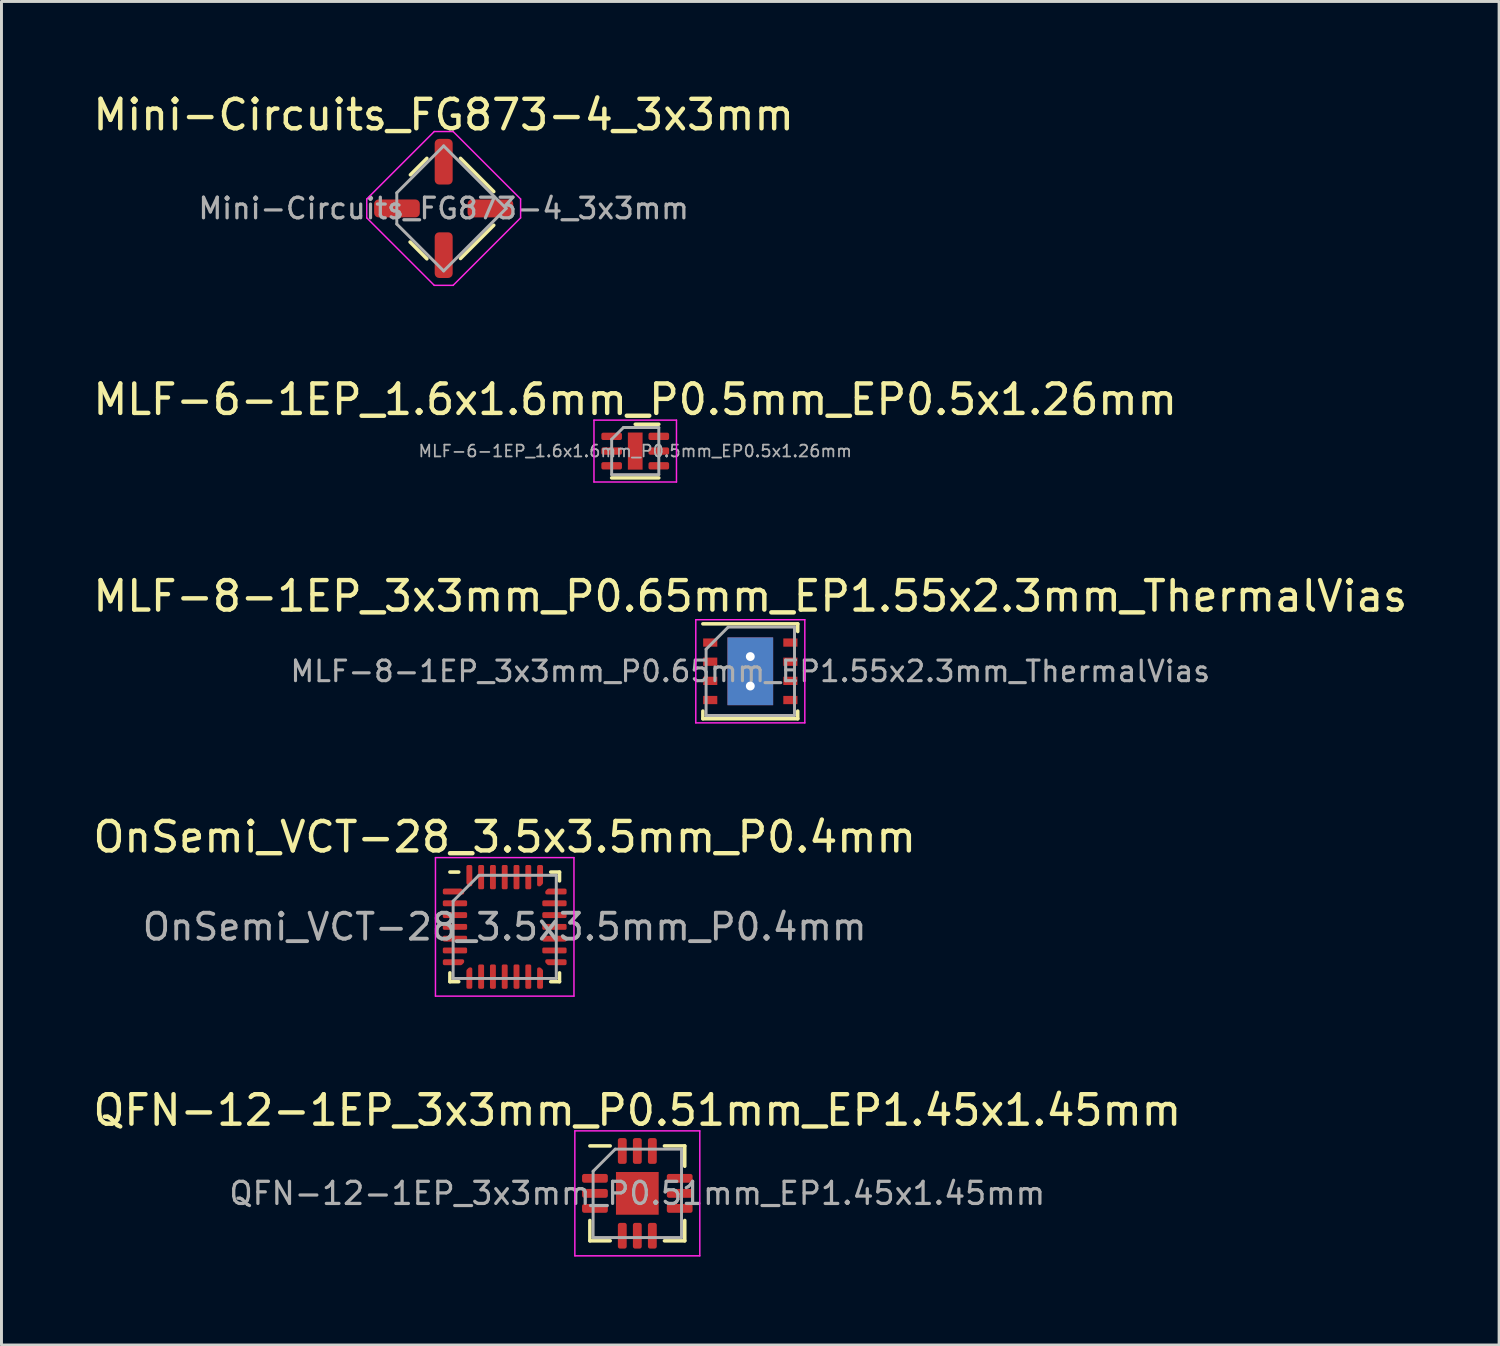
<source format=kicad_pcb>
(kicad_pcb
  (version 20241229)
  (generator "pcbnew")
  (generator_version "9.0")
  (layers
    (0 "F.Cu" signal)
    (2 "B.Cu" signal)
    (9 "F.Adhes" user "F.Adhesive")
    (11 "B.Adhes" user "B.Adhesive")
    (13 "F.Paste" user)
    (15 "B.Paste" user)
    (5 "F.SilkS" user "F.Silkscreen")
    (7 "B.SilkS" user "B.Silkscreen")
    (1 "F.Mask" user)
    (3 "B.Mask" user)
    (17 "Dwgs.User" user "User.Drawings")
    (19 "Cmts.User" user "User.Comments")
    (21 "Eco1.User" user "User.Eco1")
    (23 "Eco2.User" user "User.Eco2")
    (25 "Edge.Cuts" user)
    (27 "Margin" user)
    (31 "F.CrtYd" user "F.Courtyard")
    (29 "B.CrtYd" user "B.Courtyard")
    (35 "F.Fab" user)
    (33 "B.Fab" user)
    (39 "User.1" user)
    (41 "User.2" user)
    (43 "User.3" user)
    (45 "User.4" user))
  (footprint "MLF-6-1EP_1.6x1.6mm_P0.5mm_EP0.5x1.26mm"
    (layer "F.Cu")
    (at 18.506 12.257)
    (property "Reference" "MLF-6-1EP_1.6x1.6mm_P0.5mm_EP0.5x1.26mm" (at 0 -1.75 0) (layer "F.SilkS") (effects (font (size 1 1) (thickness 0.15))))
    (attr smd)
    (fp_line (start -0.8 0.91) (end 0.8 0.91) (stroke (width 0.12) (type solid)) (layer "F.SilkS"))
    (fp_line (start 0 -0.91) (end 0.8 -0.91) (stroke (width 0.12) (type solid)) (layer "F.SilkS"))
    (fp_line (start -1.4 -1.05) (end -1.4 1.05) (stroke (width 0.05) (type solid)) (layer "F.CrtYd"))
    (fp_line (start -1.4 1.05) (end 1.4 1.05) (stroke (width 0.05) (type solid)) (layer "F.CrtYd"))
    (fp_line (start 1.4 -1.05) (end -1.4 -1.05) (stroke (width 0.05) (type solid)) (layer "F.CrtYd"))
    (fp_line (start 1.4 1.05) (end 1.4 -1.05) (stroke (width 0.05) (type solid)) (layer "F.CrtYd"))
    (fp_line (start -0.8 -0.4) (end -0.4 -0.8) (stroke (width 0.1) (type solid)) (layer "F.Fab"))
    (fp_line (start -0.8 0.8) (end -0.8 -0.4) (stroke (width 0.1) (type solid)) (layer "F.Fab"))
    (fp_line (start -0.4 -0.8) (end 0.8 -0.8) (stroke (width 0.1) (type solid)) (layer "F.Fab"))
    (fp_line (start 0.8 -0.8) (end 0.8 0.8) (stroke (width 0.1) (type solid)) (layer "F.Fab"))
    (fp_line (start 0.8 0.8) (end -0.8 0.8) (stroke (width 0.1) (type solid)) (layer "F.Fab"))
    (fp_text user "${REFERENCE}" (at 0 0 0) (layer "F.Fab") (effects (font (size 0.4 0.4) (thickness 0.06))))
    (pad "" smd roundrect (at 0 -0.315) (size 0.4 0.51) (layers "F.Paste") (roundrect_rratio 0.25))
    (pad "" smd roundrect (at 0 0.315) (size 0.4 0.51) (layers "F.Paste") (roundrect_rratio 0.25))
    (pad "1" smd roundrect (at -0.8 -0.5) (size 0.7 0.25) (layers "F.Cu" "F.Mask" "F.Paste") (roundrect_rratio 0.25))
    (pad "2" smd roundrect (at -0.8 0) (size 0.7 0.25) (layers "F.Cu" "F.Mask" "F.Paste") (roundrect_rratio 0.25))
    (pad "3" smd roundrect (at -0.8 0.5) (size 0.7 0.25) (layers "F.Cu" "F.Mask" "F.Paste") (roundrect_rratio 0.25))
    (pad "4" smd roundrect (at 0.8 0.5) (size 0.7 0.25) (layers "F.Cu" "F.Mask" "F.Paste") (roundrect_rratio 0.25))
    (pad "5" smd roundrect (at 0.8 0) (size 0.7 0.25) (layers "F.Cu" "F.Mask" "F.Paste") (roundrect_rratio 0.25))
    (pad "6" smd roundrect (at 0.8 -0.5) (size 0.7 0.25) (layers "F.Cu" "F.Mask" "F.Paste") (roundrect_rratio 0.25))
    (pad "7" smd rect (at 0 0) (size 0.5 1.26) (layers "F.Cu" "F.Mask")))
  (footprint "QFN-12-1EP_3x3mm_P0.51mm_EP1.45x1.45mm"
    (layer "F.Cu")
    (at 18.577 37.446)
    (property "Reference" "QFN-12-1EP_3x3mm_P0.51mm_EP1.45x1.45mm" (at 0 -2.82 0) (layer "F.SilkS") (effects (font (size 1 1) (thickness 0.15))))
    (attr smd)
    (fp_line (start -1.61 1.61) (end -1.61 0.92) (stroke (width 0.12) (type solid)) (layer "F.SilkS"))
    (fp_line (start -0.92 -1.61) (end -1.61 -1.61) (stroke (width 0.12) (type solid)) (layer "F.SilkS"))
    (fp_line (start -0.92 1.61) (end -1.61 1.61) (stroke (width 0.12) (type solid)) (layer "F.SilkS"))
    (fp_line (start 0.92 -1.61) (end 1.61 -1.61) (stroke (width 0.12) (type solid)) (layer "F.SilkS"))
    (fp_line (start 0.92 1.61) (end 1.61 1.61) (stroke (width 0.12) (type solid)) (layer "F.SilkS"))
    (fp_line (start 1.61 -1.61) (end 1.61 -0.92) (stroke (width 0.12) (type solid)) (layer "F.SilkS"))
    (fp_line (start 1.61 1.61) (end 1.61 0.92) (stroke (width 0.12) (type solid)) (layer "F.SilkS"))
    (fp_line (start -2.12 -2.12) (end -2.12 2.12) (stroke (width 0.05) (type solid)) (layer "F.CrtYd"))
    (fp_line (start -2.12 2.12) (end 2.12 2.12) (stroke (width 0.05) (type solid)) (layer "F.CrtYd"))
    (fp_line (start 2.12 -2.12) (end -2.12 -2.12) (stroke (width 0.05) (type solid)) (layer "F.CrtYd"))
    (fp_line (start 2.12 2.12) (end 2.12 -2.12) (stroke (width 0.05) (type solid)) (layer "F.CrtYd"))
    (fp_line (start -1.5 -0.75) (end -0.75 -1.5) (stroke (width 0.1) (type solid)) (layer "F.Fab"))
    (fp_line (start -1.5 1.5) (end -1.5 -0.75) (stroke (width 0.1) (type solid)) (layer "F.Fab"))
    (fp_line (start -0.75 -1.5) (end 1.5 -1.5) (stroke (width 0.1) (type solid)) (layer "F.Fab"))
    (fp_line (start 1.5 -1.5) (end 1.5 1.5) (stroke (width 0.1) (type solid)) (layer "F.Fab"))
    (fp_line (start 1.5 1.5) (end -1.5 1.5) (stroke (width 0.1) (type solid)) (layer "F.Fab"))
    (fp_text user "${REFERENCE}" (at 0 0 0) (layer "F.Fab") (effects (font (size 0.75 0.75) (thickness 0.11))))
    (pad "" smd roundrect (at -0.36 -0.36) (size 0.58 0.58) (layers "F.Paste") (roundrect_rratio 0.25))
    (pad "" smd roundrect (at -0.36 0.36) (size 0.58 0.58) (layers "F.Paste") (roundrect_rratio 0.25))
    (pad "" smd roundrect (at 0.36 -0.36) (size 0.58 0.58) (layers "F.Paste") (roundrect_rratio 0.25))
    (pad "" smd roundrect (at 0.36 0.36) (size 0.58 0.58) (layers "F.Paste") (roundrect_rratio 0.25))
    (pad "1" smd roundrect (at -1.438 -0.51) (size 0.875 0.3) (layers "F.Cu" "F.Mask" "F.Paste") (roundrect_rratio 0.25))
    (pad "2" smd roundrect (at -1.438 0) (size 0.875 0.3) (layers "F.Cu" "F.Mask" "F.Paste") (roundrect_rratio 0.25))
    (pad "3" smd roundrect (at -1.438 0.51) (size 0.875 0.3) (layers "F.Cu" "F.Mask" "F.Paste") (roundrect_rratio 0.25))
    (pad "4" smd roundrect (at -0.51 1.438) (size 0.3 0.875) (layers "F.Cu" "F.Mask" "F.Paste") (roundrect_rratio 0.25))
    (pad "5" smd roundrect (at 0 1.438) (size 0.3 0.875) (layers "F.Cu" "F.Mask" "F.Paste") (roundrect_rratio 0.25))
    (pad "6" smd roundrect (at 0.51 1.438) (size 0.3 0.875) (layers "F.Cu" "F.Mask" "F.Paste") (roundrect_rratio 0.25))
    (pad "7" smd roundrect (at 1.438 0.51) (size 0.875 0.3) (layers "F.Cu" "F.Mask" "F.Paste") (roundrect_rratio 0.25))
    (pad "8" smd roundrect (at 1.438 0) (size 0.875 0.3) (layers "F.Cu" "F.Mask" "F.Paste") (roundrect_rratio 0.25))
    (pad "9" smd roundrect (at 1.438 -0.51) (size 0.875 0.3) (layers "F.Cu" "F.Mask" "F.Paste") (roundrect_rratio 0.25))
    (pad "10" smd roundrect (at 0.51 -1.438) (size 0.3 0.875) (layers "F.Cu" "F.Mask" "F.Paste") (roundrect_rratio 0.25))
    (pad "11" smd roundrect (at 0 -1.438) (size 0.3 0.875) (layers "F.Cu" "F.Mask" "F.Paste") (roundrect_rratio 0.25))
    (pad "12" smd roundrect (at -0.51 -1.438) (size 0.3 0.875) (layers "F.Cu" "F.Mask" "F.Paste") (roundrect_rratio 0.25))
    (pad "13" smd rect (at 0 0) (size 1.45 1.45) (layers "F.Cu" "F.Mask")))
  (footprint "Mini-Circuits_FG873-4_3x3mm"
    (layer "F.Cu")
    (at 12.006 4.023)
    (property "Reference" "Mini-Circuits_FG873-4_3x3mm" (at 0 -3.175 0) (layer "F.SilkS") (effects (font (size 1 1) (thickness 0.15))))
    (attr smd)
    (fp_line (start -1.14 1.14) (end -0.57 1.71) (stroke (width 0.12) (type solid)) (layer "F.SilkS"))
    (fp_line (start -0.57 -1.7) (end -1.13 -1.14) (stroke (width 0.12) (type solid)) (layer "F.SilkS"))
    (fp_line (start 0.57 1.7) (end 1.7 0.57) (stroke (width 0.12) (type solid)) (layer "F.SilkS"))
    (fp_line (start 1.7 -0.57) (end 0.57 -1.7) (stroke (width 0.12) (type solid)) (layer "F.SilkS"))
    (fp_line (start -2.61 -0.32) (end -2.61 0.32) (stroke (width 0.05) (type solid)) (layer "F.CrtYd"))
    (fp_line (start -2.61 -0.32) (end -0.32 -2.61) (stroke (width 0.05) (type solid)) (layer "F.CrtYd"))
    (fp_line (start -2.61 0.32) (end -0.32 2.61) (stroke (width 0.05) (type solid)) (layer "F.CrtYd"))
    (fp_line (start 0.32 -2.61) (end -0.32 -2.61) (stroke (width 0.05) (type solid)) (layer "F.CrtYd"))
    (fp_line (start 0.32 2.61) (end -0.32 2.61) (stroke (width 0.05) (type solid)) (layer "F.CrtYd"))
    (fp_line (start 2.61 -0.32) (end 0.32 -2.61) (stroke (width 0.05) (type solid)) (layer "F.CrtYd"))
    (fp_line (start 2.61 -0.32) (end 2.61 0.32) (stroke (width 0.05) (type solid)) (layer "F.CrtYd"))
    (fp_line (start 2.61 0.32) (end 0.32 2.61) (stroke (width 0.05) (type solid)) (layer "F.CrtYd"))
    (fp_line (start -1.591 -0.53) (end 0 -2.121) (stroke (width 0.1) (type solid)) (layer "F.Fab"))
    (fp_line (start -1.591 0.53) (end -1.591 -0.53) (stroke (width 0.1) (type solid)) (layer "F.Fab"))
    (fp_line (start -1.591 0.53) (end 0 2.121) (stroke (width 0.1) (type solid)) (layer "F.Fab"))
    (fp_line (start 2.121 0) (end 0 -2.121) (stroke (width 0.1) (type solid)) (layer "F.Fab"))
    (fp_line (start 2.121 0) (end 0 2.121) (stroke (width 0.1) (type solid)) (layer "F.Fab"))
    (fp_text user "${REFERENCE}" (at 0 0 0) (layer "F.Fab") (effects (font (size 0.7 0.7) (thickness 0.11))))
    (pad "1" smd roundrect (at -1.585 0) (size 1.55 0.61) (layers "F.Cu" "F.Mask" "F.Paste") (roundrect_rratio 0.25))
    (pad "2" smd roundrect (at 0 1.585) (size 0.61 1.55) (layers "F.Cu" "F.Mask" "F.Paste") (roundrect_rratio 0.25))
    (pad "3" smd roundrect (at 1.585 0) (size 1.55 0.61) (layers "F.Cu" "F.Mask" "F.Paste") (roundrect_rratio 0.25))
    (pad "4" smd roundrect (at 0 -1.585) (size 0.61 1.55) (layers "F.Cu" "F.Mask" "F.Paste") (roundrect_rratio 0.25)))
  (footprint "MLF-8-1EP_3x3mm_P0.65mm_EP1.55x2.3mm_ThermalVias"
    (layer "F.Cu")
    (at 22.411 19.73)
    (property "Reference" "MLF-8-1EP_3x3mm_P0.65mm_EP1.55x2.3mm_ThermalVias" (at 0 -2.55 0) (layer "F.SilkS") (effects (font (size 1 1) (thickness 0.15))))
    (attr smd)
    (fp_line (start -1.61 -1.61) (end 1.61 -1.61) (stroke (width 0.12) (type solid)) (layer "F.SilkS"))
    (fp_line (start -1.61 1.61) (end -1.61 1.35) (stroke (width 0.12) (type solid)) (layer "F.SilkS"))
    (fp_line (start -1.61 1.61) (end 1.61 1.61) (stroke (width 0.12) (type solid)) (layer "F.SilkS"))
    (fp_line (start 1.61 -1.61) (end 1.61 -1.35) (stroke (width 0.12) (type solid)) (layer "F.SilkS"))
    (fp_line (start 1.61 1.61) (end 1.61 1.35) (stroke (width 0.12) (type solid)) (layer "F.SilkS"))
    (fp_line (start -1.85 -1.75) (end -1.85 1.75) (stroke (width 0.05) (type solid)) (layer "F.CrtYd"))
    (fp_line (start -1.85 -1.75) (end 1.85 -1.75) (stroke (width 0.05) (type solid)) (layer "F.CrtYd"))
    (fp_line (start -1.85 1.75) (end 1.85 1.75) (stroke (width 0.05) (type solid)) (layer "F.CrtYd"))
    (fp_line (start 1.85 -1.75) (end 1.85 1.75) (stroke (width 0.05) (type solid)) (layer "F.CrtYd"))
    (fp_line (start -1.5 -0.75) (end -0.75 -1.5) (stroke (width 0.1) (type solid)) (layer "F.Fab"))
    (fp_line (start -1.5 1.5) (end -1.5 -0.75) (stroke (width 0.1) (type solid)) (layer "F.Fab"))
    (fp_line (start -0.75 -1.5) (end 1.5 -1.5) (stroke (width 0.1) (type solid)) (layer "F.Fab"))
    (fp_line (start 1.5 -1.5) (end 1.5 1.5) (stroke (width 0.1) (type solid)) (layer "F.Fab"))
    (fp_line (start 1.5 1.5) (end -1.5 1.5) (stroke (width 0.1) (type solid)) (layer "F.Fab"))
    (fp_text user "${REFERENCE}" (at 0 0 0) (layer "F.Fab") (effects (font (size 0.7 0.7) (thickness 0.105))))
    (pad "" smd rect (at 0 -0.9) (size 1.5 0.4) (layers "F.Paste"))
    (pad "" smd rect (at 0 0) (size 1.5 0.65) (layers "F.Paste"))
    (pad "" smd rect (at 0 0.9) (size 1.5 0.4) (layers "F.Paste"))
    (pad "1" smd rect (at -1.36 -0.975) (size 0.48 0.28) (layers "F.Cu" "F.Mask" "F.Paste"))
    (pad "2" smd rect (at -1.36 -0.325) (size 0.48 0.28) (layers "F.Cu" "F.Mask" "F.Paste"))
    (pad "3" smd rect (at -1.36 0.325) (size 0.48 0.28) (layers "F.Cu" "F.Mask" "F.Paste"))
    (pad "4" smd rect (at -1.36 0.975) (size 0.48 0.28) (layers "F.Cu" "F.Mask" "F.Paste"))
    (pad "5" smd rect (at 1.36 0.975) (size 0.48 0.28) (layers "F.Cu" "F.Mask" "F.Paste"))
    (pad "6" smd rect (at 1.36 0.325) (size 0.48 0.28) (layers "F.Cu" "F.Mask" "F.Paste"))
    (pad "7" smd rect (at 1.36 -0.325) (size 0.48 0.28) (layers "F.Cu" "F.Mask" "F.Paste"))
    (pad "8" smd rect (at 1.36 -0.975) (size 0.48 0.28) (layers "F.Cu" "F.Mask" "F.Paste"))
    (pad "9" thru_hole circle (at 0 -0.5) (size 0.6 0.6) (drill 0.3) (layers "*.Cu" "*.Mask"))
    (pad "9" smd rect (at 0 0) (size 1.55 2.3) (layers "F.Cu" "F.Mask"))
    (pad "9" smd rect (at 0 0) (size 1.55 2.3) (layers "B.Cu"))
    (pad "9" thru_hole circle (at 0 0.5) (size 0.6 0.6) (drill 0.3) (layers "*.Cu" "*.Mask")))
  (footprint "OnSemi_VCT-28_3.5x3.5mm_P0.4mm"
    (layer "F.Cu")
    (at 14.077 28.403)
    (property "Reference" "OnSemi_VCT-28_3.5x3.5mm_P0.4mm" (at 0 -3.05 0) (layer "F.SilkS") (effects (font (size 1 1) (thickness 0.15))))
    (attr smd)
    (fp_line (start -1.86 1.86) (end -1.86 1.56) (stroke (width 0.12) (type solid)) (layer "F.SilkS"))
    (fp_line (start -1.56 -1.86) (end -1.86 -1.86) (stroke (width 0.12) (type solid)) (layer "F.SilkS"))
    (fp_line (start -1.56 1.86) (end -1.86 1.86) (stroke (width 0.12) (type solid)) (layer "F.SilkS"))
    (fp_line (start 1.56 -1.86) (end 1.86 -1.86) (stroke (width 0.12) (type solid)) (layer "F.SilkS"))
    (fp_line (start 1.56 1.86) (end 1.86 1.86) (stroke (width 0.12) (type solid)) (layer "F.SilkS"))
    (fp_line (start 1.86 -1.86) (end 1.86 -1.56) (stroke (width 0.12) (type solid)) (layer "F.SilkS"))
    (fp_line (start 1.86 1.86) (end 1.86 1.56) (stroke (width 0.12) (type solid)) (layer "F.SilkS"))
    (fp_line (start -2.35 -2.35) (end -2.35 2.35) (stroke (width 0.05) (type solid)) (layer "F.CrtYd"))
    (fp_line (start -2.35 2.35) (end 2.35 2.35) (stroke (width 0.05) (type solid)) (layer "F.CrtYd"))
    (fp_line (start 2.35 -2.35) (end -2.35 -2.35) (stroke (width 0.05) (type solid)) (layer "F.CrtYd"))
    (fp_line (start 2.35 2.35) (end 2.35 -2.35) (stroke (width 0.05) (type solid)) (layer "F.CrtYd"))
    (fp_line (start -1.75 -0.875) (end -0.875 -1.75) (stroke (width 0.1) (type solid)) (layer "F.Fab"))
    (fp_line (start -1.75 1.75) (end -1.75 -0.875) (stroke (width 0.1) (type solid)) (layer "F.Fab"))
    (fp_line (start -0.875 -1.75) (end 1.75 -1.75) (stroke (width 0.1) (type solid)) (layer "F.Fab"))
    (fp_line (start 1.75 -1.75) (end 1.75 1.75) (stroke (width 0.1) (type solid)) (layer "F.Fab"))
    (fp_line (start 1.75 1.75) (end -1.75 1.75) (stroke (width 0.1) (type solid)) (layer "F.Fab"))
    (fp_text user "${REFERENCE}" (at 0 0 0) (layer "F.Fab") (effects (font (size 0.88 0.88) (thickness 0.13))))
    (pad "1" smd custom (at -1.738 -1.2) (size 0.136 0.136) (layers "F.Cu" "F.Mask" "F.Paste") (options (anchor circle)) (primitives (gr_poly (pts (xy -0.312 -0.05) (xy 0.252 -0.05) (xy 0.312 0.011) (xy 0.312 0.05) (xy -0.312 0.05)) (width 0.1) (fill yes))))
    (pad "2" smd roundrect (at -1.688 -0.8) (size 0.825 0.2) (layers "F.Cu" "F.Mask" "F.Paste") (roundrect_rratio 0.25))
    (pad "3" smd roundrect (at -1.688 -0.4) (size 0.825 0.2) (layers "F.Cu" "F.Mask" "F.Paste") (roundrect_rratio 0.25))
    (pad "4" smd roundrect (at -1.688 0) (size 0.825 0.2) (layers "F.Cu" "F.Mask" "F.Paste") (roundrect_rratio 0.25))
    (pad "5" smd roundrect (at -1.688 0.4) (size 0.825 0.2) (layers "F.Cu" "F.Mask" "F.Paste") (roundrect_rratio 0.25))
    (pad "6" smd roundrect (at -1.688 0.8) (size 0.825 0.2) (layers "F.Cu" "F.Mask" "F.Paste") (roundrect_rratio 0.25))
    (pad "7" smd custom (at -1.738 1.2) (size 0.136 0.136) (layers "F.Cu" "F.Mask" "F.Paste") (options (anchor circle)) (primitives (gr_poly (pts (xy -0.312 -0.05) (xy 0.312 -0.05) (xy 0.312 -0.011) (xy 0.252 0.05) (xy -0.312 0.05)) (width 0.1) (fill yes))))
    (pad "8" smd custom (at -1.2 1.738) (size 0.136 0.136) (layers "F.Cu" "F.Mask" "F.Paste") (options (anchor circle)) (primitives (gr_poly (pts (xy -0.05 -0.252) (xy 0.011 -0.312) (xy 0.05 -0.312) (xy 0.05 0.312) (xy -0.05 0.312)) (width 0.1) (fill yes))))
    (pad "9" smd roundrect (at -0.8 1.688) (size 0.2 0.825) (layers "F.Cu" "F.Mask" "F.Paste") (roundrect_rratio 0.25))
    (pad "10" smd roundrect (at -0.4 1.688) (size 0.2 0.825) (layers "F.Cu" "F.Mask" "F.Paste") (roundrect_rratio 0.25))
    (pad "11" smd roundrect (at 0 1.688) (size 0.2 0.825) (layers "F.Cu" "F.Mask" "F.Paste") (roundrect_rratio 0.25))
    (pad "12" smd roundrect (at 0.4 1.688) (size 0.2 0.825) (layers "F.Cu" "F.Mask" "F.Paste") (roundrect_rratio 0.25))
    (pad "13" smd roundrect (at 0.8 1.688) (size 0.2 0.825) (layers "F.Cu" "F.Mask" "F.Paste") (roundrect_rratio 0.25))
    (pad "14" smd custom (at 1.2 1.738) (size 0.136 0.136) (layers "F.Cu" "F.Mask" "F.Paste") (options (anchor circle)) (primitives (gr_poly (pts (xy -0.05 -0.312) (xy -0.011 -0.312) (xy 0.05 -0.252) (xy 0.05 0.312) (xy -0.05 0.312)) (width 0.1) (fill yes))))
    (pad "15" smd custom (at 1.738 1.2) (size 0.136 0.136) (layers "F.Cu" "F.Mask" "F.Paste") (options (anchor circle)) (primitives (gr_poly (pts (xy -0.312 -0.05) (xy 0.312 -0.05) (xy 0.312 0.05) (xy -0.252 0.05) (xy -0.312 -0.011)) (width 0.1) (fill yes))))
    (pad "16" smd roundrect (at 1.688 0.8) (size 0.825 0.2) (layers "F.Cu" "F.Mask" "F.Paste") (roundrect_rratio 0.25))
    (pad "17" smd roundrect (at 1.688 0.4) (size 0.825 0.2) (layers "F.Cu" "F.Mask" "F.Paste") (roundrect_rratio 0.25))
    (pad "18" smd roundrect (at 1.688 0) (size 0.825 0.2) (layers "F.Cu" "F.Mask" "F.Paste") (roundrect_rratio 0.25))
    (pad "19" smd roundrect (at 1.688 -0.4) (size 0.825 0.2) (layers "F.Cu" "F.Mask" "F.Paste") (roundrect_rratio 0.25))
    (pad "20" smd roundrect (at 1.688 -0.8) (size 0.825 0.2) (layers "F.Cu" "F.Mask" "F.Paste") (roundrect_rratio 0.25))
    (pad "21" smd custom (at 1.738 -1.2) (size 0.136 0.136) (layers "F.Cu" "F.Mask" "F.Paste") (options (anchor circle)) (primitives (gr_poly (pts (xy -0.312 0.011) (xy -0.252 -0.05) (xy 0.312 -0.05) (xy 0.312 0.05) (xy -0.312 0.05)) (width 0.1) (fill yes))))
    (pad "22" smd custom (at 1.2 -1.738) (size 0.136 0.136) (layers "F.Cu" "F.Mask" "F.Paste") (options (anchor circle)) (primitives (gr_poly (pts (xy -0.05 -0.312) (xy 0.05 -0.312) (xy 0.05 0.252) (xy -0.011 0.312) (xy -0.05 0.312)) (width 0.1) (fill yes))))
    (pad "23" smd roundrect (at 0.8 -1.688) (size 0.2 0.825) (layers "F.Cu" "F.Mask" "F.Paste") (roundrect_rratio 0.25))
    (pad "24" smd roundrect (at 0.4 -1.688) (size 0.2 0.825) (layers "F.Cu" "F.Mask" "F.Paste") (roundrect_rratio 0.25))
    (pad "25" smd roundrect (at 0 -1.688) (size 0.2 0.825) (layers "F.Cu" "F.Mask" "F.Paste") (roundrect_rratio 0.25))
    (pad "26" smd roundrect (at -0.4 -1.688) (size 0.2 0.825) (layers "F.Cu" "F.Mask" "F.Paste") (roundrect_rratio 0.25))
    (pad "27" smd roundrect (at -0.8 -1.688) (size 0.2 0.825) (layers "F.Cu" "F.Mask" "F.Paste") (roundrect_rratio 0.25))
    (pad "28" smd custom (at -1.2 -1.738) (size 0.136 0.136) (layers "F.Cu" "F.Mask" "F.Paste") (options (anchor circle)) (primitives (gr_poly (pts (xy -0.05 -0.312) (xy 0.05 -0.312) (xy 0.05 0.312) (xy 0.011 0.312) (xy -0.05 0.252)) (width 0.1) (fill yes)))))
  (gr_rect
    (start -3 -3)
    (end 47.821 42.591)
    (stroke (width 0.1) (type default))
    (fill no)
    (layer "Edge.Cuts")))
</source>
